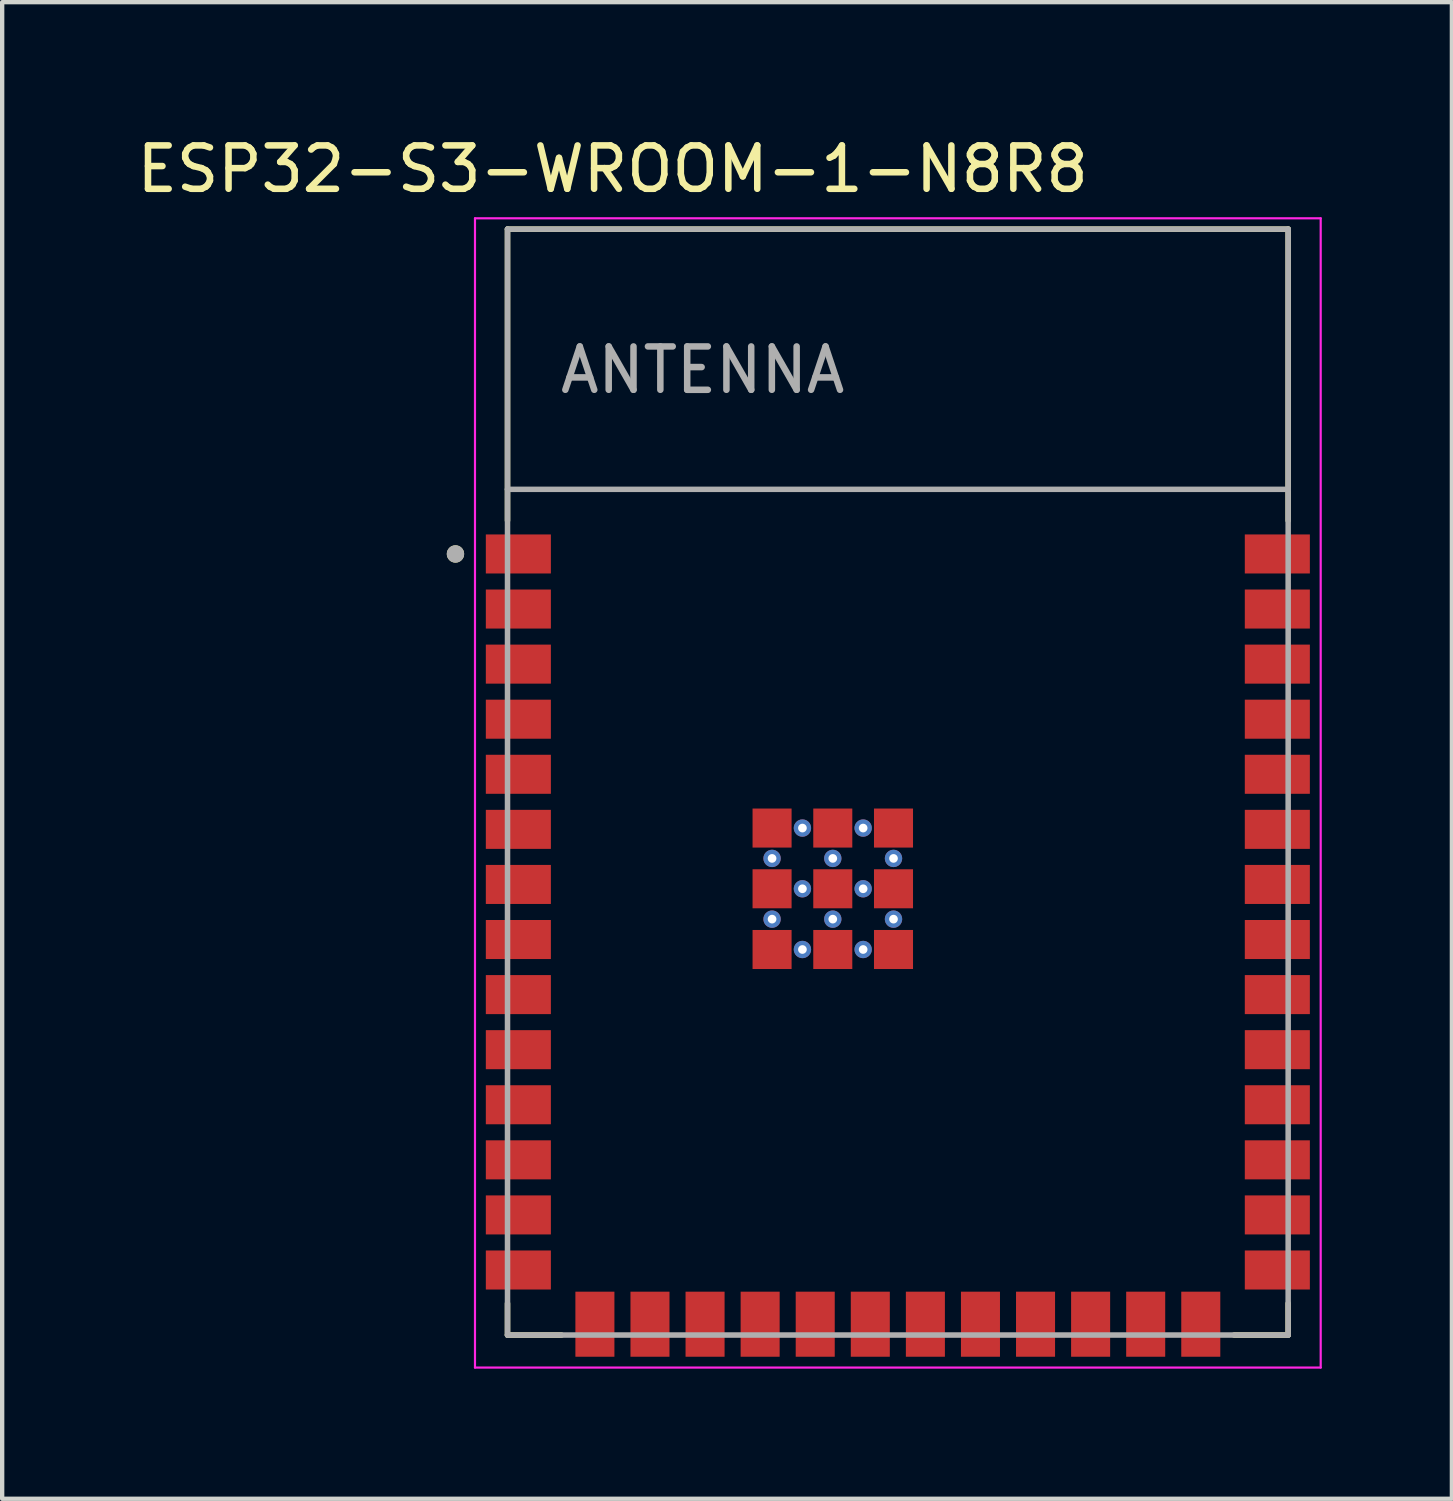
<source format=kicad_pcb>
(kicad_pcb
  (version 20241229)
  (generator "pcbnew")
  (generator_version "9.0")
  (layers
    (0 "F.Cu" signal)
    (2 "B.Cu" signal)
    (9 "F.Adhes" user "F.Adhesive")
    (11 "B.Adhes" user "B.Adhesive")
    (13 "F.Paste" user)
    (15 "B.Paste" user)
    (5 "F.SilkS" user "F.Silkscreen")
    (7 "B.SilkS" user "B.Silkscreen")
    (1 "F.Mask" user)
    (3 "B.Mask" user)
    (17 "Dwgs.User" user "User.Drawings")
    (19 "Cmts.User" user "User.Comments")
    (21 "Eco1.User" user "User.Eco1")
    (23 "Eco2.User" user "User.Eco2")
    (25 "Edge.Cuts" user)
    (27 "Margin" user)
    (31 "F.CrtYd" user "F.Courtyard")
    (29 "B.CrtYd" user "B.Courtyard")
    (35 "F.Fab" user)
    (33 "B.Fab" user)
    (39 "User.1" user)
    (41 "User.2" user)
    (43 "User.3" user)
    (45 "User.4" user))
  (footprint "ESP32-S3-WROOM-1-N8R8"
    (layer "F.Cu")
    (at 17.652 14.983)
    (property "Reference" "ESP32-S3-WROOM-1-N8R8" (at -6.575 -14.135 0) (layer "F.SilkS") (effects (font (size 1 1) (thickness 0.15))))
    (attr smd)
    (fp_line (start -9 -12.75) (end 9 -12.75) (stroke (width 0.127) (type solid)) (layer "F.SilkS"))
    (fp_line (start -9 -6.03) (end -9 -12.75) (stroke (width 0.127) (type solid)) (layer "F.SilkS"))
    (fp_line (start -9 12.02) (end -9 12.75) (stroke (width 0.127) (type solid)) (layer "F.SilkS"))
    (fp_line (start -9 12.75) (end -7.755 12.75) (stroke (width 0.127) (type solid)) (layer "F.SilkS"))
    (fp_line (start 9 -12.75) (end 9 -6.03) (stroke (width 0.127) (type solid)) (layer "F.SilkS"))
    (fp_line (start 9 12.02) (end 9 12.75) (stroke (width 0.127) (type solid)) (layer "F.SilkS"))
    (fp_line (start 9 12.75) (end 7.755 12.75) (stroke (width 0.127) (type solid)) (layer "F.SilkS"))
    (fp_circle (center -10.2 -5.26) (end -10.1 -5.26) (stroke (width 0.2) (type solid)) (fill no) (layer "F.SilkS"))
    (fp_line (start -9.75 -13) (end 9.75 -13) (stroke (width 0.05) (type solid)) (layer "F.CrtYd"))
    (fp_line (start -9.75 13.5) (end -9.75 -13) (stroke (width 0.05) (type solid)) (layer "F.CrtYd"))
    (fp_line (start -9.75 13.5) (end 9.75 13.5) (stroke (width 0.05) (type solid)) (layer "F.CrtYd"))
    (fp_line (start 9.75 -13) (end 9.75 13.5) (stroke (width 0.05) (type solid)) (layer "F.CrtYd"))
    (fp_line (start -9 -12.75) (end 9 -12.75) (stroke (width 0.127) (type solid)) (layer "F.Fab"))
    (fp_line (start -9 -6.75) (end -9 -12.75) (stroke (width 0.127) (type solid)) (layer "F.Fab"))
    (fp_line (start -9 -6.75) (end 9 -6.75) (stroke (width 0.127) (type solid)) (layer "F.Fab"))
    (fp_line (start -9 12.75) (end -9 -6.75) (stroke (width 0.127) (type solid)) (layer "F.Fab"))
    (fp_line (start 9 -12.75) (end 9 -6.75) (stroke (width 0.127) (type solid)) (layer "F.Fab"))
    (fp_line (start 9 -6.75) (end 9 12.75) (stroke (width 0.127) (type solid)) (layer "F.Fab"))
    (fp_line (start 9 12.75) (end -9 12.75) (stroke (width 0.127) (type solid)) (layer "F.Fab"))
    (fp_circle (center -10.2 -5.26) (end -10.1 -5.26) (stroke (width 0.2) (type solid)) (fill no) (layer "F.Fab"))
    (fp_text user "ANTENNA" (at -4.5 -9.5 0) (layer "F.Fab") (effects (font (size 1 1) (thickness 0.15))))
    (pad "1" smd rect (at -8.75 -5.26) (size 1.5 0.9) (layers "F.Cu" "F.Mask" "F.Paste"))
    (pad "2" smd rect (at -8.75 -3.99) (size 1.5 0.9) (layers "F.Cu" "F.Mask" "F.Paste"))
    (pad "3" smd rect (at -8.75 -2.72) (size 1.5 0.9) (layers "F.Cu" "F.Mask" "F.Paste"))
    (pad "4" smd rect (at -8.75 -1.45) (size 1.5 0.9) (layers "F.Cu" "F.Mask" "F.Paste"))
    (pad "5" smd rect (at -8.75 -0.18) (size 1.5 0.9) (layers "F.Cu" "F.Mask" "F.Paste"))
    (pad "6" smd rect (at -8.75 1.09) (size 1.5 0.9) (layers "F.Cu" "F.Mask" "F.Paste"))
    (pad "7" smd rect (at -8.75 2.36) (size 1.5 0.9) (layers "F.Cu" "F.Mask" "F.Paste"))
    (pad "8" smd rect (at -8.75 3.63) (size 1.5 0.9) (layers "F.Cu" "F.Mask" "F.Paste"))
    (pad "9" smd rect (at -8.75 4.9) (size 1.5 0.9) (layers "F.Cu" "F.Mask" "F.Paste"))
    (pad "10" smd rect (at -8.75 6.17) (size 1.5 0.9) (layers "F.Cu" "F.Mask" "F.Paste"))
    (pad "11" smd rect (at -8.75 7.44) (size 1.5 0.9) (layers "F.Cu" "F.Mask" "F.Paste"))
    (pad "12" smd rect (at -8.75 8.71) (size 1.5 0.9) (layers "F.Cu" "F.Mask" "F.Paste"))
    (pad "13" smd rect (at -8.75 9.98) (size 1.5 0.9) (layers "F.Cu" "F.Mask" "F.Paste"))
    (pad "14" smd rect (at -8.75 11.25) (size 1.5 0.9) (layers "F.Cu" "F.Mask" "F.Paste"))
    (pad "15" smd rect (at -6.985 12.5) (size 0.9 1.5) (layers "F.Cu" "F.Mask" "F.Paste"))
    (pad "16" smd rect (at -5.715 12.5) (size 0.9 1.5) (layers "F.Cu" "F.Mask" "F.Paste"))
    (pad "17" smd rect (at -4.445 12.5) (size 0.9 1.5) (layers "F.Cu" "F.Mask" "F.Paste"))
    (pad "18" smd rect (at -3.175 12.5) (size 0.9 1.5) (layers "F.Cu" "F.Mask" "F.Paste"))
    (pad "19" smd rect (at -1.905 12.5) (size 0.9 1.5) (layers "F.Cu" "F.Mask" "F.Paste"))
    (pad "20" smd rect (at -0.635 12.5) (size 0.9 1.5) (layers "F.Cu" "F.Mask" "F.Paste"))
    (pad "21" smd rect (at 0.635 12.5) (size 0.9 1.5) (layers "F.Cu" "F.Mask" "F.Paste"))
    (pad "22" smd rect (at 1.905 12.5) (size 0.9 1.5) (layers "F.Cu" "F.Mask" "F.Paste"))
    (pad "23" smd rect (at 3.175 12.5) (size 0.9 1.5) (layers "F.Cu" "F.Mask" "F.Paste"))
    (pad "24" smd rect (at 4.445 12.5) (size 0.9 1.5) (layers "F.Cu" "F.Mask" "F.Paste"))
    (pad "25" smd rect (at 5.715 12.5) (size 0.9 1.5) (layers "F.Cu" "F.Mask" "F.Paste"))
    (pad "26" smd rect (at 6.985 12.5) (size 0.9 1.5) (layers "F.Cu" "F.Mask" "F.Paste"))
    (pad "27" smd rect (at 8.75 11.25) (size 1.5 0.9) (layers "F.Cu" "F.Mask" "F.Paste"))
    (pad "28" smd rect (at 8.75 9.98) (size 1.5 0.9) (layers "F.Cu" "F.Mask" "F.Paste"))
    (pad "29" smd rect (at 8.75 8.71) (size 1.5 0.9) (layers "F.Cu" "F.Mask" "F.Paste"))
    (pad "30" smd rect (at 8.75 7.44) (size 1.5 0.9) (layers "F.Cu" "F.Mask" "F.Paste"))
    (pad "31" smd rect (at 8.75 6.17) (size 1.5 0.9) (layers "F.Cu" "F.Mask" "F.Paste"))
    (pad "32" smd rect (at 8.75 4.9) (size 1.5 0.9) (layers "F.Cu" "F.Mask" "F.Paste"))
    (pad "33" smd rect (at 8.75 3.63) (size 1.5 0.9) (layers "F.Cu" "F.Mask" "F.Paste"))
    (pad "34" smd rect (at 8.75 2.36) (size 1.5 0.9) (layers "F.Cu" "F.Mask" "F.Paste"))
    (pad "35" smd rect (at 8.75 1.09) (size 1.5 0.9) (layers "F.Cu" "F.Mask" "F.Paste"))
    (pad "36" smd rect (at 8.75 -0.18) (size 1.5 0.9) (layers "F.Cu" "F.Mask" "F.Paste"))
    (pad "37" smd rect (at 8.75 -1.45) (size 1.5 0.9) (layers "F.Cu" "F.Mask" "F.Paste"))
    (pad "38" smd rect (at 8.75 -2.72) (size 1.5 0.9) (layers "F.Cu" "F.Mask" "F.Paste"))
    (pad "39" smd rect (at 8.75 -3.99) (size 1.5 0.9) (layers "F.Cu" "F.Mask" "F.Paste"))
    (pad "40" smd rect (at 8.75 -5.26) (size 1.5 0.9) (layers "F.Cu" "F.Mask" "F.Paste"))
    (pad "41_1" smd rect (at -1.5 2.46) (size 0.9 0.9) (layers "F.Cu" "F.Mask" "F.Paste"))
    (pad "41_2" smd rect (at -2.9 2.46) (size 0.9 0.9) (layers "F.Cu" "F.Mask" "F.Paste"))
    (pad "41_3" smd rect (at -0.1 2.46) (size 0.9 0.9) (layers "F.Cu" "F.Mask" "F.Paste"))
    (pad "41_4" smd rect (at -2.9 3.86) (size 0.9 0.9) (layers "F.Cu" "F.Mask" "F.Paste"))
    (pad "41_5" smd rect (at -1.5 3.86) (size 0.9 0.9) (layers "F.Cu" "F.Mask" "F.Paste"))
    (pad "41_6" smd rect (at -0.1 3.86) (size 0.9 0.9) (layers "F.Cu" "F.Mask" "F.Paste"))
    (pad "41_7" smd rect (at -2.9 1.06) (size 0.9 0.9) (layers "F.Cu" "F.Mask" "F.Paste"))
    (pad "41_8" smd rect (at -1.5 1.06) (size 0.9 0.9) (layers "F.Cu" "F.Mask" "F.Paste"))
    (pad "41_9" smd rect (at -0.1 1.06) (size 0.9 0.9) (layers "F.Cu" "F.Mask" "F.Paste"))
    (pad "41_10" thru_hole circle (at -1.5 1.76) (size 0.4 0.4) (drill 0.2) (layers "*.Cu"))
    (pad "41_11" thru_hole circle (at -2.9 1.76) (size 0.4 0.4) (drill 0.2) (layers "*.Cu"))
    (pad "41_12" thru_hole circle (at -0.1 1.76) (size 0.4 0.4) (drill 0.2) (layers "*.Cu"))
    (pad "41_13" thru_hole circle (at -2.9 3.16) (size 0.4 0.4) (drill 0.2) (layers "*.Cu"))
    (pad "41_14" thru_hole circle (at -1.5 3.16) (size 0.4 0.4) (drill 0.2) (layers "*.Cu"))
    (pad "41_15" thru_hole circle (at -0.1 3.16) (size 0.4 0.4) (drill 0.2) (layers "*.Cu"))
    (pad "41_16" thru_hole circle (at -2.2 1.06) (size 0.4 0.4) (drill 0.2) (layers "*.Cu"))
    (pad "41_17" thru_hole circle (at -0.8 1.06) (size 0.4 0.4) (drill 0.2) (layers "*.Cu"))
    (pad "41_18" thru_hole circle (at -2.2 2.46) (size 0.4 0.4) (drill 0.2) (layers "*.Cu"))
    (pad "41_19" thru_hole circle (at -0.8 2.46) (size 0.4 0.4) (drill 0.2) (layers "*.Cu"))
    (pad "41_20" thru_hole circle (at -2.2 3.86) (size 0.4 0.4) (drill 0.2) (layers "*.Cu"))
    (pad "41_21" thru_hole circle (at -0.8 3.86) (size 0.4 0.4) (drill 0.2) (layers "*.Cu"))
    (zone (net_name "") (layer "F.Cu") (hatch full 0.508) (connect_pads) (min_thickness 0.01) (filled_areas_thickness no) (keepout (tracks not_allowed) (vias not_allowed) (pads not_allowed) (copperpour not_allowed) (footprints allowed)) (placement (enabled no)) (fill) (polygon (pts (xy 8.652 2.233) (xy 26.652 2.233) (xy 26.652 8.233) (xy 8.652 8.233))))
    (zone (net_name "") (layers "F.Cu" "B.Cu") (hatch full 0.508) (connect_pads) (min_thickness 0.01) (filled_areas_thickness no) (keepout (tracks allowed) (vias not_allowed) (pads allowed) (copperpour allowed) (footprints allowed)) (placement (enabled no)) (fill) (polygon (pts (xy 8.652 2.233) (xy 26.652 2.233) (xy 26.652 8.233) (xy 8.652 8.233))))
    (zone (net_name "") (layer "B.Cu") (hatch full 0.508) (connect_pads) (min_thickness 0.01) (filled_areas_thickness no) (keepout (tracks not_allowed) (vias not_allowed) (pads not_allowed) (copperpour not_allowed) (footprints allowed)) (placement (enabled no)) (fill) (polygon (pts (xy 8.652 2.233) (xy 26.652 2.233) (xy 26.652 8.233) (xy 8.652 8.233)))))
  (gr_rect
    (start -3 -3)
    (end 30.427 31.508)
    (stroke (width 0.1) (type default))
    (fill no)
    (layer "Edge.Cuts")))
</source>
